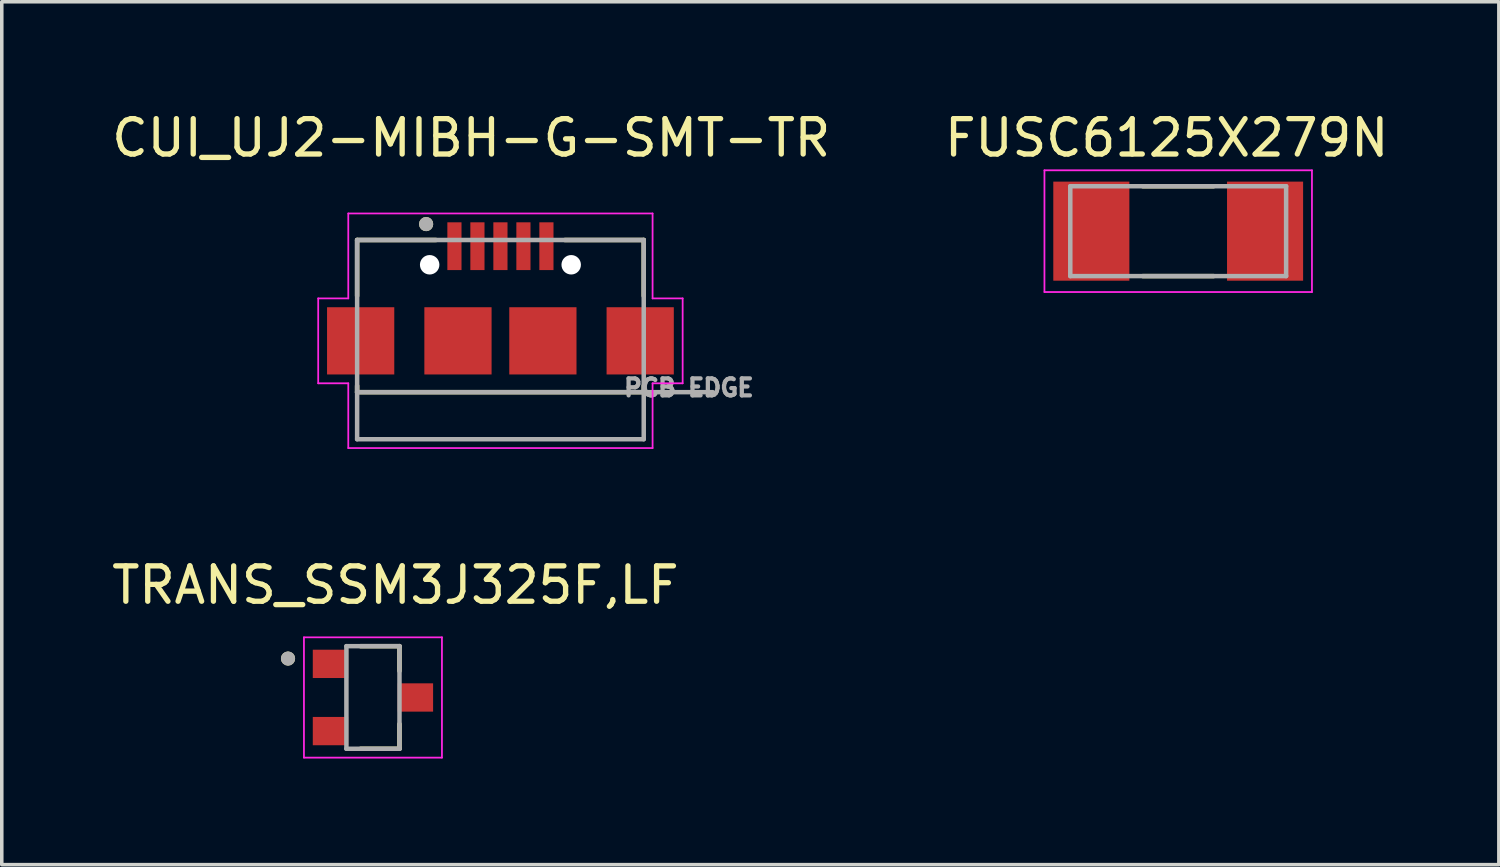
<source format=kicad_pcb>
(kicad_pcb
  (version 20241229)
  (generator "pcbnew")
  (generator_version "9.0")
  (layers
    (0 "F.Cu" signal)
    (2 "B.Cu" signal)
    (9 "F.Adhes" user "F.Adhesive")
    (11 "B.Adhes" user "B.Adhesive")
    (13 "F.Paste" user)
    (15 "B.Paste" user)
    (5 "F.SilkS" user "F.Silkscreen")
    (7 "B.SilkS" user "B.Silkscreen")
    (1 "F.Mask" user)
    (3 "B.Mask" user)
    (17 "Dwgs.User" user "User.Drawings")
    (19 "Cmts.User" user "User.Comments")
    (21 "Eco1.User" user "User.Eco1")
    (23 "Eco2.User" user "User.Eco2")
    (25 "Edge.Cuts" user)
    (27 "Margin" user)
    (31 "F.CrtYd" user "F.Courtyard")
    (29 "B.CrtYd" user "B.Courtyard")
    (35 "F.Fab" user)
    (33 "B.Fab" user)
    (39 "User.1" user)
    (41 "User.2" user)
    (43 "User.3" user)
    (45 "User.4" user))
  (footprint "TRANS_SSM3J325F,LF"
    (layer "F.Cu")
    (at 7.49 16.662)
    (property "Reference" "TRANS_SSM3J325F,LF" (at 0.635 -3.175 0) (layer "F.SilkS") (effects (font (size 1 1) (thickness 0.15))))
    (attr through_hole)
    (fp_line (start -0.35 -1.45) (end 0.75 -1.45) (stroke (width 0.127) (type solid)) (layer "F.SilkS"))
    (fp_line (start -0.35 1.45) (end 0.75 1.45) (stroke (width 0.127) (type solid)) (layer "F.SilkS"))
    (fp_line (start 0.75 -1.45) (end 0.75 -0.75) (stroke (width 0.127) (type solid)) (layer "F.SilkS"))
    (fp_line (start 0.75 1.45) (end 0.75 0.75) (stroke (width 0.127) (type solid)) (layer "F.SilkS"))
    (fp_circle (center -2.4 -1.1) (end -2.3 -1.1) (stroke (width 0.2) (type solid)) (fill no) (layer "F.SilkS"))
    (fp_line (start -1.95 -1.7) (end 1.95 -1.7) (stroke (width 0.05) (type solid)) (layer "F.CrtYd"))
    (fp_line (start -1.95 1.7) (end -1.95 -1.7) (stroke (width 0.05) (type solid)) (layer "F.CrtYd"))
    (fp_line (start 1.95 -1.7) (end 1.95 1.7) (stroke (width 0.05) (type solid)) (layer "F.CrtYd"))
    (fp_line (start 1.95 1.7) (end -1.95 1.7) (stroke (width 0.05) (type solid)) (layer "F.CrtYd"))
    (fp_line (start -0.75 -1.45) (end 0.75 -1.45) (stroke (width 0.127) (type solid)) (layer "F.Fab"))
    (fp_line (start -0.75 1.45) (end -0.75 -1.45) (stroke (width 0.127) (type solid)) (layer "F.Fab"))
    (fp_line (start 0.75 -1.45) (end 0.75 1.45) (stroke (width 0.127) (type solid)) (layer "F.Fab"))
    (fp_line (start 0.75 1.45) (end -0.75 1.45) (stroke (width 0.127) (type solid)) (layer "F.Fab"))
    (fp_circle (center -2.4 -1.1) (end -2.3 -1.1) (stroke (width 0.2) (type solid)) (fill no) (layer "F.Fab"))
    (pad "1" smd rect (at -1.2 -0.95) (size 1 0.8) (layers "F.Cu" "F.Mask" "F.Paste"))
    (pad "2" smd rect (at -1.2 0.95) (size 1 0.8) (layers "F.Cu" "F.Mask" "F.Paste"))
    (pad "3" smd rect (at 1.2 0) (size 1 0.8) (layers "F.Cu" "F.Mask" "F.Paste")))
  (footprint "CUI_UJ2-MIBH-G-SMT-TR"
    (layer "F.Cu")
    (at 11.093 6.583)
    (property "Reference" "CUI_UJ2-MIBH-G-SMT-TR" (at -0.825 -5.735 0) (layer "F.SilkS") (effects (font (size 1 1) (thickness 0.15))))
    (attr through_hole)
    (fp_line (start -4.05 -2.85) (end -1.82 -2.85) (stroke (width 0.127) (type solid)) (layer "F.SilkS"))
    (fp_line (start -4.05 -1.27) (end -4.05 -2.85) (stroke (width 0.127) (type solid)) (layer "F.SilkS"))
    (fp_line (start -4.05 1.27) (end -4.05 1.45) (stroke (width 0.127) (type solid)) (layer "F.SilkS"))
    (fp_line (start -4.05 1.45) (end 4.05 1.45) (stroke (width 0.127) (type solid)) (layer "F.SilkS"))
    (fp_line (start 1.82 -2.85) (end 4.05 -2.85) (stroke (width 0.127) (type solid)) (layer "F.SilkS"))
    (fp_line (start 4.05 -2.85) (end 4.05 -1.27) (stroke (width 0.127) (type solid)) (layer "F.SilkS"))
    (fp_line (start 4.05 1.45) (end 4.05 1.27) (stroke (width 0.127) (type solid)) (layer "F.SilkS"))
    (fp_circle (center -2.1 -3.3) (end -2 -3.3) (stroke (width 0.2) (type solid)) (fill no) (layer "F.SilkS"))
    (fp_line (start -5.15 -1.2) (end -5.15 1.2) (stroke (width 0.05) (type solid)) (layer "F.CrtYd"))
    (fp_line (start -5.15 1.2) (end -4.3 1.2) (stroke (width 0.05) (type solid)) (layer "F.CrtYd"))
    (fp_line (start -4.3 -3.6) (end 4.3 -3.6) (stroke (width 0.05) (type solid)) (layer "F.CrtYd"))
    (fp_line (start -4.3 -1.2) (end -5.15 -1.2) (stroke (width 0.05) (type solid)) (layer "F.CrtYd"))
    (fp_line (start -4.3 -1.2) (end -4.3 -3.6) (stroke (width 0.05) (type solid)) (layer "F.CrtYd"))
    (fp_line (start -4.3 1.2) (end -4.3 3.03) (stroke (width 0.05) (type solid)) (layer "F.CrtYd"))
    (fp_line (start -4.3 3.03) (end 4.3 3.03) (stroke (width 0.05) (type solid)) (layer "F.CrtYd"))
    (fp_line (start 4.3 -1.2) (end 4.3 -3.6) (stroke (width 0.05) (type solid)) (layer "F.CrtYd"))
    (fp_line (start 4.3 1.2) (end 5.15 1.2) (stroke (width 0.05) (type solid)) (layer "F.CrtYd"))
    (fp_line (start 4.3 3.03) (end 4.3 1.2) (stroke (width 0.05) (type solid)) (layer "F.CrtYd"))
    (fp_line (start 5.15 -1.2) (end 4.3 -1.2) (stroke (width 0.05) (type solid)) (layer "F.CrtYd"))
    (fp_line (start 5.15 1.2) (end 5.15 -1.2) (stroke (width 0.05) (type solid)) (layer "F.CrtYd"))
    (fp_line (start -4.05 -2.85) (end 4.05 -2.85) (stroke (width 0.127) (type solid)) (layer "F.Fab"))
    (fp_line (start -4.05 1.45) (end -4.05 -2.85) (stroke (width 0.127) (type solid)) (layer "F.Fab"))
    (fp_line (start -4.05 1.45) (end 6 1.45) (stroke (width 0.127) (type solid)) (layer "F.Fab"))
    (fp_line (start -4.05 2.78) (end -4.05 1.45) (stroke (width 0.127) (type solid)) (layer "F.Fab"))
    (fp_line (start 4.05 -2.85) (end 4.05 2.78) (stroke (width 0.127) (type solid)) (layer "F.Fab"))
    (fp_line (start 4.05 2.78) (end -4.05 2.78) (stroke (width 0.127) (type solid)) (layer "F.Fab"))
    (fp_circle (center -2.1 -3.3) (end -2 -3.3) (stroke (width 0.2) (type solid)) (fill no) (layer "F.Fab"))
    (fp_text user "PCB EDGE" (at 5.325 1.325 0) (layer "F.Fab") (effects (font (size 0.48 0.48) (thickness 0.15))))
    (pad "" np_thru_hole circle (at -2 -2.15) (size 0.55 0.55) (drill 0.55) (layers "*.Cu" "*.Mask"))
    (pad "" np_thru_hole circle (at 2 -2.15) (size 0.55 0.55) (drill 0.55) (layers "*.Cu" "*.Mask"))
    (pad "1" smd rect (at -1.3 -2.675) (size 0.4 1.35) (layers "F.Cu" "F.Mask" "F.Paste"))
    (pad "2" smd rect (at -0.65 -2.675) (size 0.4 1.35) (layers "F.Cu" "F.Mask" "F.Paste"))
    (pad "3" smd rect (at 0 -2.675) (size 0.4 1.35) (layers "F.Cu" "F.Mask" "F.Paste"))
    (pad "4" smd rect (at 0.65 -2.675) (size 0.4 1.35) (layers "F.Cu" "F.Mask" "F.Paste"))
    (pad "5" smd rect (at 1.3 -2.675) (size 0.4 1.35) (layers "F.Cu" "F.Mask" "F.Paste"))
    (pad "S1" smd rect (at -3.95 0) (size 1.9 1.9) (layers "F.Cu" "F.Mask" "F.Paste"))
    (pad "S2" smd rect (at -1.2 0) (size 1.9 1.9) (layers "F.Cu" "F.Mask" "F.Paste"))
    (pad "S3" smd rect (at 1.2 0) (size 1.9 1.9) (layers "F.Cu" "F.Mask" "F.Paste"))
    (pad "S4" smd rect (at 3.95 0) (size 1.9 1.9) (layers "F.Cu" "F.Mask" "F.Paste")))
  (footprint "FUSC6125X279N"
    (layer "F.Cu")
    (at 30.248 3.483)
    (property "Reference" "FUSC6125X279N" (at -0.325 -2.635 0) (layer "F.SilkS") (effects (font (size 1 1) (thickness 0.15))))
    (attr through_hole)
    (fp_line (start -1 -1.27) (end 1 -1.27) (stroke (width 0.127) (type solid)) (layer "F.SilkS"))
    (fp_line (start 1 1.27) (end -1 1.27) (stroke (width 0.127) (type solid)) (layer "F.SilkS"))
    (fp_line (start -3.78 -1.72) (end 3.78 -1.72) (stroke (width 0.05) (type solid)) (layer "F.CrtYd"))
    (fp_line (start -3.78 1.72) (end -3.78 -1.72) (stroke (width 0.05) (type solid)) (layer "F.CrtYd"))
    (fp_line (start 3.78 -1.72) (end 3.78 1.72) (stroke (width 0.05) (type solid)) (layer "F.CrtYd"))
    (fp_line (start 3.78 1.72) (end -3.78 1.72) (stroke (width 0.05) (type solid)) (layer "F.CrtYd"))
    (fp_line (start -3.05 -1.27) (end 3.05 -1.27) (stroke (width 0.127) (type solid)) (layer "F.Fab"))
    (fp_line (start -3.05 1.27) (end -3.05 -1.27) (stroke (width 0.127) (type solid)) (layer "F.Fab"))
    (fp_line (start 3.05 -1.27) (end 3.05 1.27) (stroke (width 0.127) (type solid)) (layer "F.Fab"))
    (fp_line (start 3.05 1.27) (end -3.05 1.27) (stroke (width 0.127) (type solid)) (layer "F.Fab"))
    (pad "1" smd rect (at -2.455 0) (size 2.15 2.8) (layers "F.Cu" "F.Mask" "F.Paste"))
    (pad "2" smd rect (at 2.455 0) (size 2.15 2.8) (layers "F.Cu" "F.Mask" "F.Paste")))
  (gr_rect
    (start -3 -3)
    (end 39.31 21.387)
    (stroke (width 0.1) (type default))
    (fill no)
    (layer "Edge.Cuts")))
</source>
